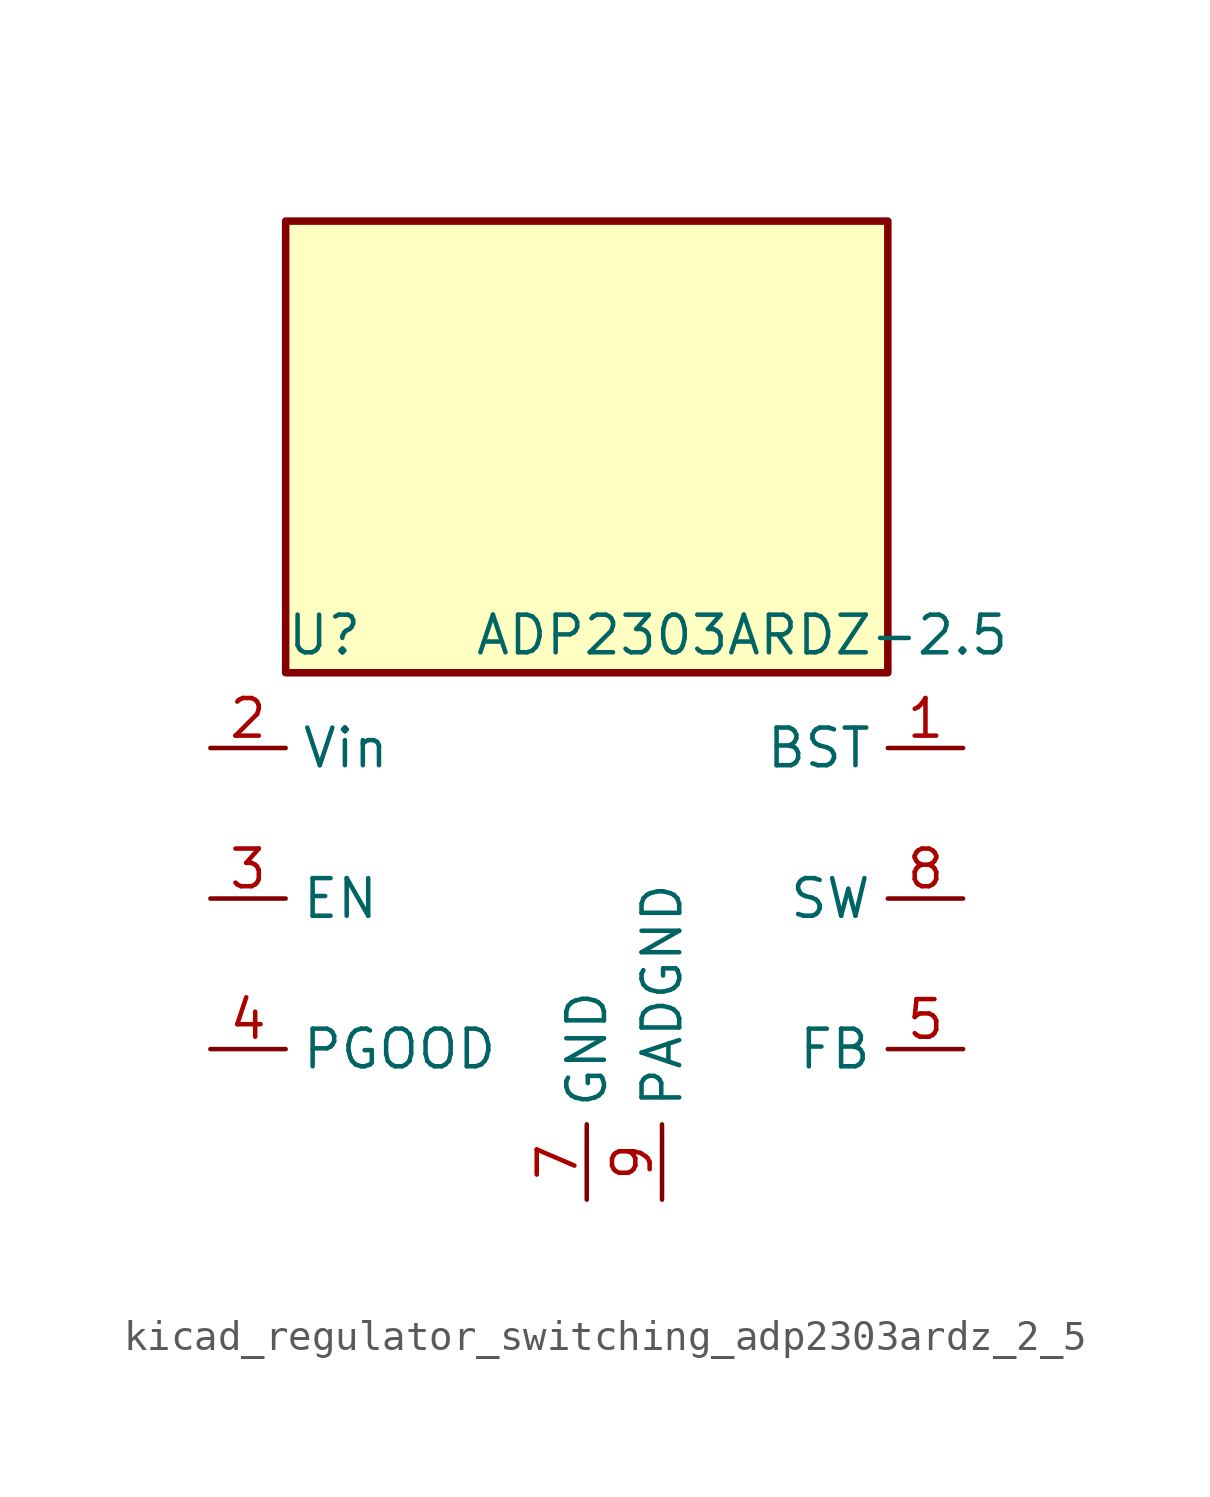
<source format=kicad_sym>
(kicad_symbol_lib
  (version 20220914)
  (generator kicad_symbol_editor)
  (symbol "kicad_regulator_switching_adp2303ardz_2_5"
    (property "Reference" "U"
      (at -10.16 8.89 0)
      (effects (font (size 1.27 1.27)) (justify left)))
    (property "Value" "ADP2303ARDZ-2.5"
      (at -3.81 8.89 0)
      (effects (font (size 1.27 1.27)) (justify left)))
    (symbol "kicad_regulator_switching_adp2303ardz_2_5_0_1"
      (rectangle (start 10.16 22.86) (end -10.16 7.62) (stroke (width 0.254) (type default)) (fill (type background))))
    (symbol "kicad_regulator_switching_adp2303ardz_2_5_1_1"
      (pin input line (at 12.7 5.08 180) (length 2.54) (name "BST" (effects (font (size 1.27 1.27)))) (number "1" (effects (font (size 1.27 1.27)))))
      (pin power_in line (at -12.7 5.08 0) (length 2.54) (name "Vin" (effects (font (size 1.27 1.27)))) (number "2" (effects (font (size 1.27 1.27)))))
      (pin input line (at -12.7 0 0) (length 2.54) (name "EN" (effects (font (size 1.27 1.27)))) (number "3" (effects (font (size 1.27 1.27)))))
      (pin output line (at -12.7 -5.08 0) (length 2.54) (name "PGOOD" (effects (font (size 1.27 1.27)))) (number "4" (effects (font (size 1.27 1.27)))))
      (pin input line (at 12.7 -5.08 180) (length 2.54) (name "FB" (effects (font (size 1.27 1.27)))) (number "5" (effects (font (size 1.27 1.27)))))
      (pin no_connect line (at -10.16 2.54 0) (length 2.54) hide (name "NC" (effects (font (size 1.27 1.27)))) (number "6" (effects (font (size 1.27 1.27)))))
      (pin power_in line (at 0 -10.16 90) (length 2.54) (name "GND" (effects (font (size 1.27 1.27)))) (number "7" (effects (font (size 1.27 1.27)))))
      (pin power_out line (at 12.7 0 180) (length 2.54) (name "SW" (effects (font (size 1.27 1.27)))) (number "8" (effects (font (size 1.27 1.27)))))
      (pin power_in line (at 2.54 -10.16 90) (length 2.54) (name "PADGND" (effects (font (size 1.27 1.27)))) (number "9" (effects (font (size 1.27 1.27))))))))
</source>
